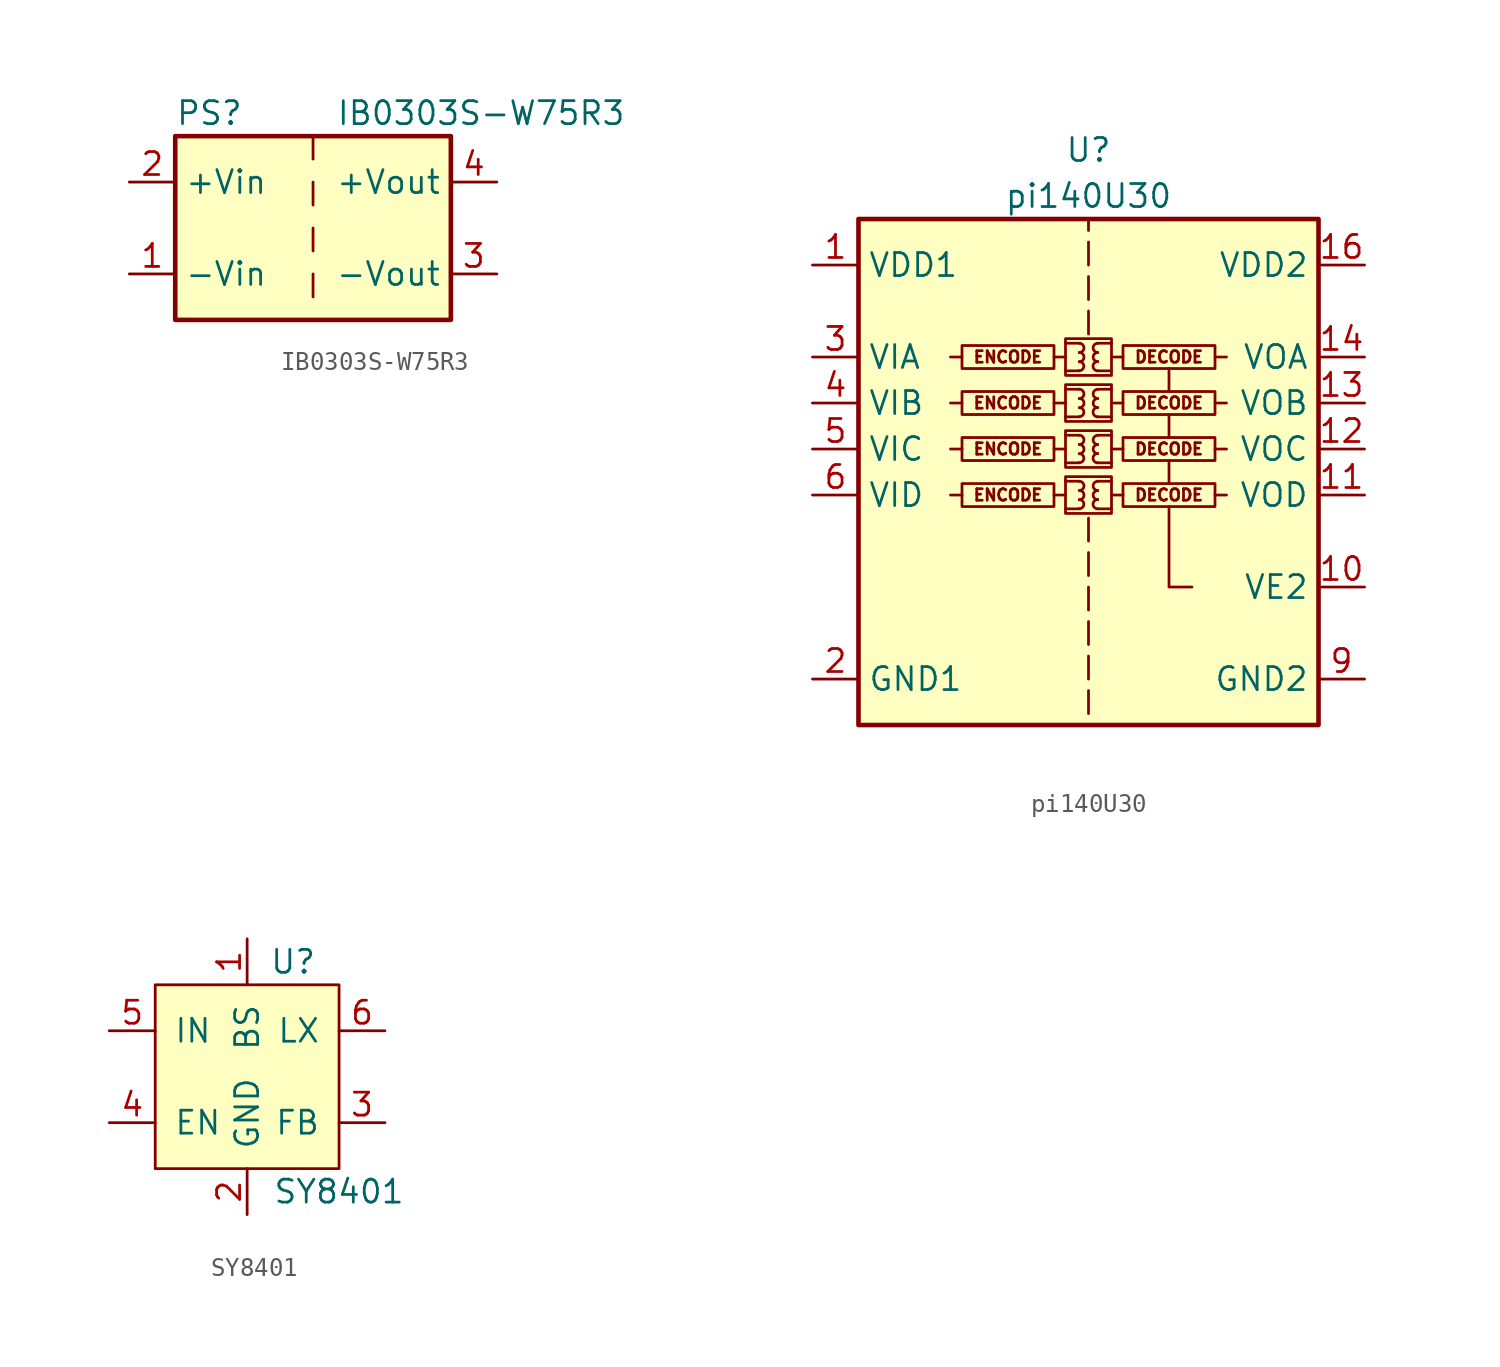
<source format=kicad_sym>
(kicad_symbol_lib
  (version 20220914)
  (generator kicad_symbol_editor)
  (symbol "IB0303S-W75R3"
    (property "Reference" "PS"
      (at -7.62 6.35 0)
      (effects (font (size 1.27 1.27)) (justify left)))
    (property "Value" "IB0303S-W75R3"
      (at 1.27 6.35 0)
      (effects (font (size 1.27 1.27)) (justify left)))
    (symbol "IB0303S-W75R3_0_0"
      (pin power_in line (at -10.16 -2.54 0) (length 2.54) (name "-Vin" (effects (font (size 1.27 1.27)))) (number "1" (effects (font (size 1.27 1.27)))))
      (pin power_in line (at -10.16 2.54 0) (length 2.54) (name "+Vin" (effects (font (size 1.27 1.27)))) (number "2" (effects (font (size 1.27 1.27)))))
      (pin power_out line (at 10.16 -2.54 180) (length 2.54) (name "-Vout" (effects (font (size 1.27 1.27)))) (number "3" (effects (font (size 1.27 1.27)))))
      (pin power_out line (at 10.16 2.54 180) (length 2.54) (name "+Vout" (effects (font (size 1.27 1.27)))) (number "4" (effects (font (size 1.27 1.27))))))
    (symbol "IB0303S-W75R3_0_1"
      (rectangle (start -7.62 5.08) (end 7.62 -5.08) (stroke (width 0.254) (type default)) (fill (type background)))
      (polyline (pts (xy 0 -2.54) (xy 0 -3.81)) (stroke (width 0) (type default)) (fill (type none)))
      (polyline (pts (xy 0 0) (xy 0 -1.27)) (stroke (width 0) (type default)) (fill (type none)))
      (polyline (pts (xy 0 2.54) (xy 0 1.27)) (stroke (width 0) (type default)) (fill (type none)))
      (polyline (pts (xy 0 5.08) (xy 0 3.81)) (stroke (width 0) (type default)) (fill (type none)))))
  (symbol "pi140U30"
    (property "Reference" "U"
      (at 0 19.05 0)
      (effects (font (size 1.27 1.27))))
    (property "Value" "pi140U30"
      (at 0 16.51 0)
      (effects (font (size 1.27 1.27))))
    (symbol "pi140U30_0_0"
      (rectangle (start -1.905 0.635) (end -6.985 -0.635) (stroke (width 0) (type default)) (fill (type none)))
      (rectangle (start -1.27 1.016) (end 1.27 -1.016) (stroke (width 0) (type default)) (fill (type none)))
      (rectangle (start -1.27 3.556) (end 1.27 1.524) (stroke (width 0) (type default)) (fill (type none)))
      (rectangle (start -1.27 6.096) (end 1.27 4.064) (stroke (width 0) (type default)) (fill (type none)))
      (rectangle (start -1.27 8.636) (end 1.27 6.604) (stroke (width 0) (type default)) (fill (type none)))
      (arc (start -0.508 -0.762) (mid -0.2551 -0.508) (end -0.508 -0.254) (stroke (width 0) (type default)) (fill (type none)))
      (arc (start -0.508 -0.254) (mid -0.2551 0) (end -0.508 0.254) (stroke (width 0) (type default)) (fill (type none)))
      (arc (start -0.508 0.254) (mid -0.2551 0.508) (end -0.508 0.762) (stroke (width 0) (type default)) (fill (type none)))
      (arc (start -0.508 1.778) (mid -0.2551 2.032) (end -0.508 2.286) (stroke (width 0) (type default)) (fill (type none)))
      (arc (start -0.508 2.286) (mid -0.2551 2.54) (end -0.508 2.794) (stroke (width 0) (type default)) (fill (type none)))
      (arc (start -0.508 2.794) (mid -0.2551 3.048) (end -0.508 3.302) (stroke (width 0) (type default)) (fill (type none)))
      (arc (start -0.508 4.318) (mid -0.2551 4.572) (end -0.508 4.826) (stroke (width 0) (type default)) (fill (type none)))
      (arc (start -0.508 4.826) (mid -0.2551 5.08) (end -0.508 5.334) (stroke (width 0) (type default)) (fill (type none)))
      (arc (start -0.508 5.334) (mid -0.2551 5.588) (end -0.508 5.842) (stroke (width 0) (type default)) (fill (type none)))
      (arc (start -0.508 6.858) (mid -0.2551 7.112) (end -0.508 7.366) (stroke (width 0) (type default)) (fill (type none)))
      (arc (start -0.508 7.366) (mid -0.2551 7.62) (end -0.508 7.874) (stroke (width 0) (type default)) (fill (type none)))
      (arc (start -0.508 7.874) (mid -0.2551 8.128) (end -0.508 8.382) (stroke (width 0) (type default)) (fill (type none)))
      (polyline (pts (xy -6.985 0) (xy -7.62 0)) (stroke (width 0) (type default)) (fill (type none)))
      (polyline (pts (xy -6.985 2.54) (xy -7.62 2.54)) (stroke (width 0) (type default)) (fill (type none)))
      (polyline (pts (xy -6.985 5.08) (xy -7.62 5.08)) (stroke (width 0) (type default)) (fill (type none)))
      (polyline (pts (xy -6.985 7.62) (xy -7.62 7.62)) (stroke (width 0) (type default)) (fill (type none)))
      (polyline (pts (xy -1.905 0) (xy -1.27 0)) (stroke (width 0) (type default)) (fill (type none)))
      (polyline (pts (xy -1.905 2.54) (xy -1.27 2.54)) (stroke (width 0) (type default)) (fill (type none)))
      (polyline (pts (xy -1.905 5.08) (xy -1.27 5.08)) (stroke (width 0) (type default)) (fill (type none)))
      (polyline (pts (xy -1.905 7.62) (xy -1.27 7.62)) (stroke (width 0) (type default)) (fill (type none)))
      (polyline (pts (xy -1.27 -0.762) (xy -0.508 -0.762)) (stroke (width 0) (type default)) (fill (type none)))
      (polyline (pts (xy -1.27 0.762) (xy -0.508 0.762)) (stroke (width 0) (type default)) (fill (type none)))
      (polyline (pts (xy -1.27 1.778) (xy -0.508 1.778)) (stroke (width 0) (type default)) (fill (type none)))
      (polyline (pts (xy -1.27 3.302) (xy -0.508 3.302)) (stroke (width 0) (type default)) (fill (type none)))
      (polyline (pts (xy -1.27 4.318) (xy -0.508 4.318)) (stroke (width 0) (type default)) (fill (type none)))
      (polyline (pts (xy -1.27 5.842) (xy -0.508 5.842)) (stroke (width 0) (type default)) (fill (type none)))
      (polyline (pts (xy -1.27 6.858) (xy -0.508 6.858)) (stroke (width 0) (type default)) (fill (type none)))
      (polyline (pts (xy -1.27 8.382) (xy -0.508 8.382)) (stroke (width 0) (type default)) (fill (type none)))
      (polyline (pts (xy 0 -10.795) (xy 0 -12.065)) (stroke (width 0) (type default)) (fill (type none)))
      (polyline (pts (xy 0 -8.89) (xy 0 -10.16)) (stroke (width 0) (type default)) (fill (type none)))
      (polyline (pts (xy 0 -6.985) (xy 0 -8.255)) (stroke (width 0) (type default)) (fill (type none)))
      (polyline (pts (xy 0 -5.08) (xy 0 -6.35)) (stroke (width 0) (type default)) (fill (type none)))
      (polyline (pts (xy 0 -3.175) (xy 0 -4.445)) (stroke (width 0) (type default)) (fill (type none)))
      (polyline (pts (xy 0 -1.27) (xy 0 -2.54)) (stroke (width 0) (type default)) (fill (type none)))
      (polyline (pts (xy 0 8.89) (xy 0 10.16)) (stroke (width 0) (type default)) (fill (type none)))
      (polyline (pts (xy 0 10.795) (xy 0 12.065)) (stroke (width 0) (type default)) (fill (type none)))
      (polyline (pts (xy 0 12.7) (xy 0 13.97)) (stroke (width 0) (type default)) (fill (type none)))
      (polyline (pts (xy 0 15.24) (xy 0 14.605)) (stroke (width 0) (type default)) (fill (type none)))
      (polyline (pts (xy 1.27 -0.762) (xy 0.508 -0.762)) (stroke (width 0) (type default)) (fill (type none)))
      (polyline (pts (xy 1.27 0.762) (xy 0.508 0.762)) (stroke (width 0) (type default)) (fill (type none)))
      (polyline (pts (xy 1.27 1.778) (xy 0.508 1.778)) (stroke (width 0) (type default)) (fill (type none)))
      (polyline (pts (xy 1.27 3.302) (xy 0.508 3.302)) (stroke (width 0) (type default)) (fill (type none)))
      (polyline (pts (xy 1.27 4.318) (xy 0.508 4.318)) (stroke (width 0) (type default)) (fill (type none)))
      (polyline (pts (xy 1.27 5.842) (xy 0.508 5.842)) (stroke (width 0) (type default)) (fill (type none)))
      (polyline (pts (xy 1.27 6.858) (xy 0.508 6.858)) (stroke (width 0) (type default)) (fill (type none)))
      (polyline (pts (xy 1.27 8.382) (xy 0.508 8.382)) (stroke (width 0) (type default)) (fill (type none)))
      (polyline (pts (xy 1.905 0) (xy 1.27 0)) (stroke (width 0) (type default)) (fill (type none)))
      (polyline (pts (xy 1.905 2.54) (xy 1.27 2.54)) (stroke (width 0) (type default)) (fill (type none)))
      (polyline (pts (xy 1.905 5.08) (xy 1.27 5.08)) (stroke (width 0) (type default)) (fill (type none)))
      (polyline (pts (xy 1.905 7.62) (xy 1.27 7.62)) (stroke (width 0) (type default)) (fill (type none)))
      (polyline (pts (xy 4.445 0.635) (xy 4.445 1.905)) (stroke (width 0) (type default)) (fill (type none)))
      (polyline (pts (xy 4.445 3.175) (xy 4.445 4.445)) (stroke (width 0) (type default)) (fill (type none)))
      (polyline (pts (xy 4.445 5.715) (xy 4.445 6.985)) (stroke (width 0) (type default)) (fill (type none)))
      (polyline (pts (xy 6.985 0) (xy 7.62 0)) (stroke (width 0) (type default)) (fill (type none)))
      (polyline (pts (xy 6.985 2.54) (xy 7.62 2.54)) (stroke (width 0) (type default)) (fill (type none)))
      (polyline (pts (xy 6.985 5.08) (xy 7.62 5.08)) (stroke (width 0) (type default)) (fill (type none)))
      (polyline (pts (xy 6.985 7.62) (xy 7.62 7.62)) (stroke (width 0) (type default)) (fill (type none)))
      (polyline (pts (xy 5.715 -5.08) (xy 4.445 -5.08) (xy 4.445 -0.635)) (stroke (width 0) (type default)) (fill (type none)))
      (arc (start 0.508 -0.254) (mid 0.2551 -0.508) (end 0.508 -0.762) (stroke (width 0) (type default)) (fill (type none)))
      (arc (start 0.508 0.254) (mid 0.2551 0) (end 0.508 -0.254) (stroke (width 0) (type default)) (fill (type none)))
      (arc (start 0.508 0.762) (mid 0.2551 0.508) (end 0.508 0.254) (stroke (width 0) (type default)) (fill (type none)))
      (arc (start 0.508 2.286) (mid 0.2551 2.032) (end 0.508 1.778) (stroke (width 0) (type default)) (fill (type none)))
      (arc (start 0.508 2.794) (mid 0.2551 2.54) (end 0.508 2.286) (stroke (width 0) (type default)) (fill (type none)))
      (arc (start 0.508 3.302) (mid 0.2551 3.048) (end 0.508 2.794) (stroke (width 0) (type default)) (fill (type none)))
      (arc (start 0.508 4.826) (mid 0.2551 4.572) (end 0.508 4.318) (stroke (width 0) (type default)) (fill (type none)))
      (arc (start 0.508 5.334) (mid 0.2551 5.08) (end 0.508 4.826) (stroke (width 0) (type default)) (fill (type none)))
      (arc (start 0.508 5.842) (mid 0.2551 5.588) (end 0.508 5.334) (stroke (width 0) (type default)) (fill (type none)))
      (arc (start 0.508 7.366) (mid 0.2551 7.112) (end 0.508 6.858) (stroke (width 0) (type default)) (fill (type none)))
      (arc (start 0.508 7.874) (mid 0.2551 7.62) (end 0.508 7.366) (stroke (width 0) (type default)) (fill (type none)))
      (arc (start 0.508 8.382) (mid 0.2551 8.128) (end 0.508 7.874) (stroke (width 0) (type default)) (fill (type none)))
      (rectangle (start 1.905 0.635) (end 6.985 -0.635) (stroke (width 0) (type default)) (fill (type none)))
      (rectangle (start 1.905 3.175) (end 6.985 1.905) (stroke (width 0) (type default)) (fill (type none)))
      (rectangle (start 1.905 5.715) (end 6.985 4.445) (stroke (width 0) (type default)) (fill (type none)))
      (rectangle (start 1.905 8.255) (end 6.985 6.985) (stroke (width 0) (type default)) (fill (type none)))
      (text "DECODE" (at 4.445 0 0) (effects (font (size 0.635 0.635))))
      (text "DECODE" (at 4.445 2.54 0) (effects (font (size 0.635 0.635))))
      (text "DECODE" (at 4.445 5.08 0) (effects (font (size 0.635 0.635))))
      (text "DECODE" (at 4.445 7.62 0) (effects (font (size 0.635 0.635))))
      (text "ENCODE" (at -4.445 0 0) (effects (font (size 0.635 0.635))))
      (text "ENCODE" (at -4.445 2.54 0) (effects (font (size 0.635 0.635))))
      (text "ENCODE" (at -4.445 5.08 0) (effects (font (size 0.635 0.635))))
      (text "ENCODE" (at -4.445 7.62 0) (effects (font (size 0.635 0.635)))))
    (symbol "pi140U30_0_1"
      (rectangle (start -12.7 15.24) (end 12.7 -12.7) (stroke (width 0.254) (type default)) (fill (type background)))
      (rectangle (start -1.905 3.175) (end -6.985 1.905) (stroke (width 0) (type default)) (fill (type none)))
      (rectangle (start -1.905 5.715) (end -6.985 4.445) (stroke (width 0) (type default)) (fill (type none)))
      (rectangle (start -1.905 8.255) (end -6.985 6.985) (stroke (width 0) (type default)) (fill (type none))))
    (symbol "pi140U30_1_1"
      (pin power_in line (at -15.24 12.7 0) (length 2.54) (name "VDD1" (effects (font (size 1.27 1.27)))) (number "1" (effects (font (size 1.27 1.27)))))
      (pin input line (at 15.24 -5.08 180) (length 2.54) (name "VE2" (effects (font (size 1.27 1.27)))) (number "10" (effects (font (size 1.27 1.27)))))
      (pin output line (at 15.24 0 180) (length 2.54) (name "VOD" (effects (font (size 1.27 1.27)))) (number "11" (effects (font (size 1.27 1.27)))))
      (pin output line (at 15.24 2.54 180) (length 2.54) (name "VOC" (effects (font (size 1.27 1.27)))) (number "12" (effects (font (size 1.27 1.27)))))
      (pin output line (at 15.24 5.08 180) (length 2.54) (name "VOB" (effects (font (size 1.27 1.27)))) (number "13" (effects (font (size 1.27 1.27)))))
      (pin output line (at 15.24 7.62 180) (length 2.54) (name "VOA" (effects (font (size 1.27 1.27)))) (number "14" (effects (font (size 1.27 1.27)))))
      (pin passive line (at 15.24 -10.16 180) (length 2.54) hide (name "GND2" (effects (font (size 1.27 1.27)))) (number "15" (effects (font (size 1.27 1.27)))))
      (pin power_in line (at 15.24 12.7 180) (length 2.54) (name "VDD2" (effects (font (size 1.27 1.27)))) (number "16" (effects (font (size 1.27 1.27)))))
      (pin power_in line (at -15.24 -10.16 0) (length 2.54) (name "GND1" (effects (font (size 1.27 1.27)))) (number "2" (effects (font (size 1.27 1.27)))))
      (pin input line (at -15.24 7.62 0) (length 2.54) (name "VIA" (effects (font (size 1.27 1.27)))) (number "3" (effects (font (size 1.27 1.27)))))
      (pin input line (at -15.24 5.08 0) (length 2.54) (name "VIB" (effects (font (size 1.27 1.27)))) (number "4" (effects (font (size 1.27 1.27)))))
      (pin input line (at -15.24 2.54 0) (length 2.54) (name "VIC" (effects (font (size 1.27 1.27)))) (number "5" (effects (font (size 1.27 1.27)))))
      (pin input line (at -15.24 0 0) (length 2.54) (name "VID" (effects (font (size 1.27 1.27)))) (number "6" (effects (font (size 1.27 1.27)))))
      (pin no_connect line (at -12.7 -5.08 0) (length 2.54) hide (name "NC" (effects (font (size 1.27 1.27)))) (number "7" (effects (font (size 1.27 1.27)))))
      (pin passive line (at -15.24 -10.16 0) (length 2.54) hide (name "GND1" (effects (font (size 1.27 1.27)))) (number "8" (effects (font (size 1.27 1.27)))))
      (pin power_in line (at 15.24 -10.16 180) (length 2.54) (name "GND2" (effects (font (size 1.27 1.27)))) (number "9" (effects (font (size 1.27 1.27)))))))
  (symbol "SY8401"
    (pin_names
      (offset 1.016))
    (property "Reference" "U"
      (at 2.54 7.62 0)
      (effects (font (size 1.27 1.27))))
    (property "Value" "SY8401"
      (at 5.08 -5.08 0)
      (effects (font (size 1.27 1.27))))
    (symbol "SY8401_0_1"
      (rectangle (start -5.08 6.35) (end 5.08 -3.81) (stroke (width 0) (type solid)) (fill (type background))))
    (symbol "SY8401_1_1"
      (pin input line (at 0 8.89 270) (length 2.54) (name "BS" (effects (font (size 1.27 1.27)))) (number "1" (effects (font (size 1.27 1.27)))))
      (pin power_in line (at 0 -6.35 90) (length 2.54) (name "GND" (effects (font (size 1.27 1.27)))) (number "2" (effects (font (size 1.27 1.27)))))
      (pin input line (at 7.62 -1.27 180) (length 2.54) (name "FB" (effects (font (size 1.27 1.27)))) (number "3" (effects (font (size 1.27 1.27)))))
      (pin input line (at -7.62 -1.27 0) (length 2.54) (name "EN" (effects (font (size 1.27 1.27)))) (number "4" (effects (font (size 1.27 1.27)))))
      (pin power_in line (at -7.62 3.81 0) (length 2.54) (name "IN" (effects (font (size 1.27 1.27)))) (number "5" (effects (font (size 1.27 1.27)))))
      (pin power_out line (at 7.62 3.81 180) (length 2.54) (name "LX" (effects (font (size 1.27 1.27)))) (number "6" (effects (font (size 1.27 1.27))))))))
</source>
